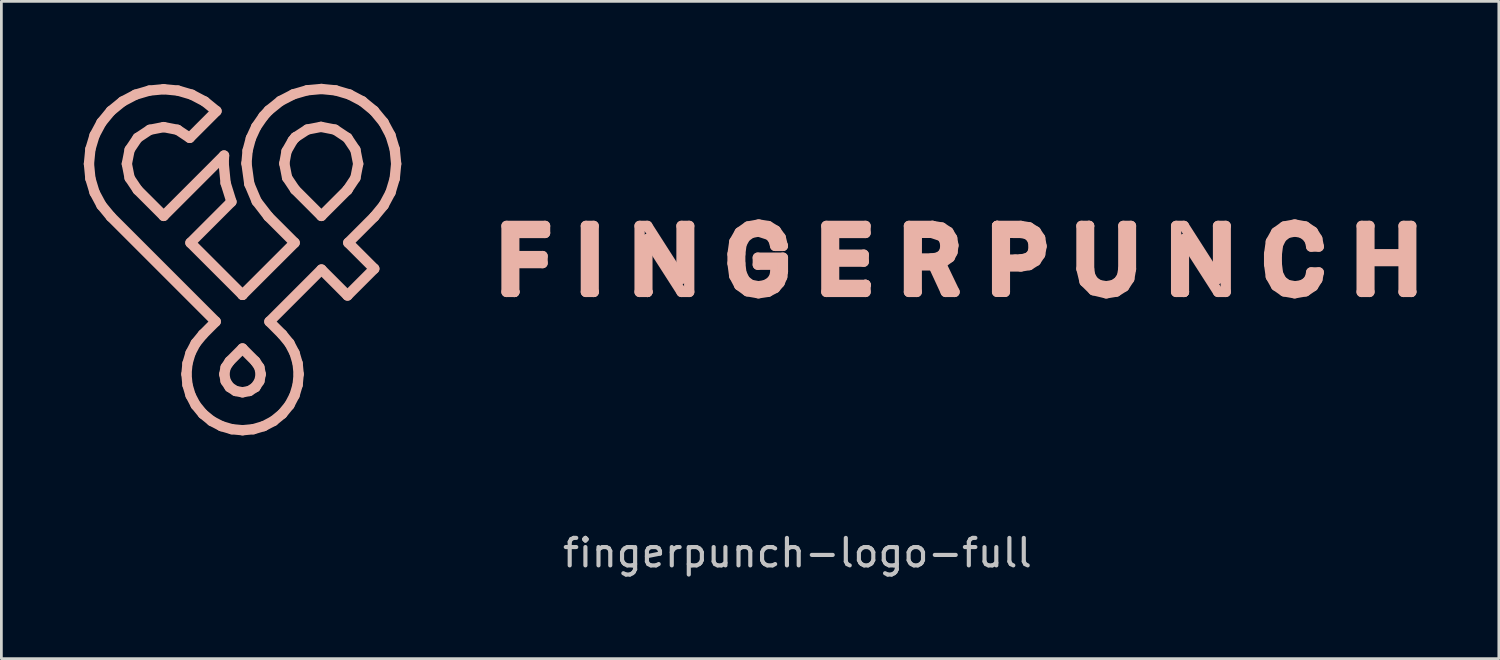
<source format=kicad_pcb>
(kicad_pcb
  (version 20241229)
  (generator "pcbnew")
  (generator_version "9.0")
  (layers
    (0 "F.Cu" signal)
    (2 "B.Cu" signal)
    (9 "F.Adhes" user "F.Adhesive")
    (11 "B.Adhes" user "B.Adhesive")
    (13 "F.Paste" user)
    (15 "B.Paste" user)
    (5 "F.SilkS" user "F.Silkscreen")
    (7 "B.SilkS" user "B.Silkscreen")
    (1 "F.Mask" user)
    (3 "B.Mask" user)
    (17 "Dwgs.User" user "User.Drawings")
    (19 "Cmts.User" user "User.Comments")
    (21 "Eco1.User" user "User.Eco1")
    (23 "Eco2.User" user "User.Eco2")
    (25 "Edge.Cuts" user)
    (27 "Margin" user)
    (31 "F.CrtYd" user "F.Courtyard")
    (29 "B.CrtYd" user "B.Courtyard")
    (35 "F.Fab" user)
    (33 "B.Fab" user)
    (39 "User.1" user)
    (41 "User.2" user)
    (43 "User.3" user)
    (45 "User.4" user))
  (footprint "fingerpunch-logo-full"
    (layer "F.Cu")
    (at 25.567 7.669)
    (property "Reference" "fingerpunch-logo-full" (at 0.4 9.4 0) (unlocked yes) (layer "Dwgs.User") (effects (font (size 1 1) (thickness 0.15))))
    (fp_line (start -25.38 -4.756) (end -25.328 -4.221) (stroke (width 0.375) (type solid)) (layer "B.SilkS"))
    (fp_line (start -25.328 -5.29) (end -25.38 -4.756) (stroke (width 0.375) (type solid)) (layer "B.SilkS"))
    (fp_line (start -25.328 -4.221) (end -25.175 -3.715) (stroke (width 0.375) (type solid)) (layer "B.SilkS"))
    (fp_line (start -25.175 -5.796) (end -25.328 -5.29) (stroke (width 0.375) (type solid)) (layer "B.SilkS"))
    (fp_line (start -25.175 -3.715) (end -24.925 -3.248) (stroke (width 0.375) (type solid)) (layer "B.SilkS"))
    (fp_line (start -24.925 -6.263) (end -25.175 -5.796) (stroke (width 0.375) (type solid)) (layer "B.SilkS"))
    (fp_line (start -24.925 -3.248) (end -24.584 -2.834) (stroke (width 0.375) (type solid)) (layer "B.SilkS"))
    (fp_line (start -24.584 -6.678) (end -24.925 -6.263) (stroke (width 0.375) (type solid)) (layer "B.SilkS"))
    (fp_line (start -24.584 -2.834) (end -20.767 0.983) (stroke (width 0.375) (type solid)) (layer "B.SilkS"))
    (fp_line (start -24.158 -7.025) (end -24.584 -6.678) (stroke (width 0.375) (type solid)) (layer "B.SilkS"))
    (fp_line (start -24.001 -4.756) (end -23.9 -5.269) (stroke (width 0.375) (type solid)) (layer "B.SilkS"))
    (fp_line (start -23.9 -5.269) (end -23.609 -5.702) (stroke (width 0.375) (type solid)) (layer "B.SilkS"))
    (fp_line (start -23.9 -4.243) (end -24.001 -4.756) (stroke (width 0.375) (type solid)) (layer "B.SilkS"))
    (fp_line (start -23.685 -7.274) (end -24.158 -7.025) (stroke (width 0.375) (type solid)) (layer "B.SilkS"))
    (fp_line (start -23.609 -5.702) (end -23.166 -5.996) (stroke (width 0.375) (type solid)) (layer "B.SilkS"))
    (fp_line (start -23.609 -3.809) (end -23.9 -4.243) (stroke (width 0.375) (type solid)) (layer "B.SilkS"))
    (fp_line (start -23.181 -7.423) (end -23.685 -7.274) (stroke (width 0.375) (type solid)) (layer "B.SilkS"))
    (fp_line (start -23.166 -5.996) (end -22.661 -6.094) (stroke (width 0.375) (type solid)) (layer "B.SilkS"))
    (fp_line (start -22.662 -2.862) (end -23.609 -3.809) (stroke (width 0.375) (type solid)) (layer "B.SilkS"))
    (fp_line (start -22.661 -7.472) (end -23.181 -7.423) (stroke (width 0.375) (type solid)) (layer "B.SilkS"))
    (fp_line (start -22.661 -6.094) (end -22.157 -5.996) (stroke (width 0.375) (type solid)) (layer "B.SilkS"))
    (fp_line (start -22.157 -5.996) (end -21.714 -5.702) (stroke (width 0.375) (type solid)) (layer "B.SilkS"))
    (fp_line (start -22.142 -7.423) (end -22.661 -7.472) (stroke (width 0.375) (type solid)) (layer "B.SilkS"))
    (fp_line (start -21.832 2.896) (end -21.795 3.287) (stroke (width 0.375) (type solid)) (layer "B.SilkS"))
    (fp_line (start -21.795 2.506) (end -21.832 2.896) (stroke (width 0.375) (type solid)) (layer "B.SilkS"))
    (fp_line (start -21.795 3.287) (end -21.683 3.665) (stroke (width 0.375) (type solid)) (layer "B.SilkS"))
    (fp_line (start -21.714 -5.702) (end -20.739 -6.678) (stroke (width 0.375) (type solid)) (layer "B.SilkS"))
    (fp_line (start -21.687 -1.885) (end -20.195 -3.377) (stroke (width 0.375) (type solid)) (layer "B.SilkS"))
    (fp_line (start -21.683 2.127) (end -21.795 2.506) (stroke (width 0.375) (type solid)) (layer "B.SilkS"))
    (fp_line (start -21.683 3.665) (end -21.497 4.02) (stroke (width 0.375) (type solid)) (layer "B.SilkS"))
    (fp_line (start -21.638 -7.274) (end -22.142 -7.423) (stroke (width 0.375) (type solid)) (layer "B.SilkS"))
    (fp_line (start -21.497 1.772) (end -21.683 2.127) (stroke (width 0.375) (type solid)) (layer "B.SilkS"))
    (fp_line (start -21.497 4.02) (end -21.235 4.34) (stroke (width 0.375) (type solid)) (layer "B.SilkS"))
    (fp_line (start -21.235 1.452) (end -21.497 1.772) (stroke (width 0.375) (type solid)) (layer "B.SilkS"))
    (fp_line (start -21.235 4.34) (end -20.915 4.602) (stroke (width 0.375) (type solid)) (layer "B.SilkS"))
    (fp_line (start -21.165 -7.025) (end -21.638 -7.274) (stroke (width 0.375) (type solid)) (layer "B.SilkS"))
    (fp_line (start -20.915 4.602) (end -20.56 4.788) (stroke (width 0.375) (type solid)) (layer "B.SilkS"))
    (fp_line (start -20.767 0.983) (end -21.235 1.452) (stroke (width 0.375) (type solid)) (layer "B.SilkS"))
    (fp_line (start -20.739 -6.678) (end -21.165 -7.025) (stroke (width 0.375) (type solid)) (layer "B.SilkS"))
    (fp_line (start -20.56 4.788) (end -20.181 4.9) (stroke (width 0.375) (type solid)) (layer "B.SilkS"))
    (fp_line (start -20.478 -4.777) (end -20.464 -5.06) (stroke (width 0.375) (type solid)) (layer "B.SilkS"))
    (fp_line (start -20.464 -5.06) (end -22.662 -2.862) (stroke (width 0.375) (type solid)) (layer "B.SilkS"))
    (fp_line (start -20.455 2.899) (end -20.407 2.649) (stroke (width 0.375) (type solid)) (layer "B.SilkS"))
    (fp_line (start -20.407 2.649) (end -20.262 2.43) (stroke (width 0.375) (type solid)) (layer "B.SilkS"))
    (fp_line (start -20.407 3.149) (end -20.455 2.899) (stroke (width 0.375) (type solid)) (layer "B.SilkS"))
    (fp_line (start -20.407 -4.057) (end -20.478 -4.777) (stroke (width 0.375) (type solid)) (layer "B.SilkS"))
    (fp_line (start -20.262 2.43) (end -19.793 1.961) (stroke (width 0.375) (type solid)) (layer "B.SilkS"))
    (fp_line (start -20.262 3.368) (end -20.407 3.149) (stroke (width 0.375) (type solid)) (layer "B.SilkS"))
    (fp_line (start -20.195 -3.377) (end -20.407 -4.057) (stroke (width 0.375) (type solid)) (layer "B.SilkS"))
    (fp_line (start -20.181 4.9) (end -19.79 4.937) (stroke (width 0.375) (type solid)) (layer "B.SilkS"))
    (fp_line (start -20.045 3.509) (end -20.262 3.368) (stroke (width 0.375) (type solid)) (layer "B.SilkS"))
    (fp_line (start -19.793 1.961) (end -19.325 2.43) (stroke (width 0.375) (type solid)) (layer "B.SilkS"))
    (fp_line (start -19.793 3.557) (end -20.045 3.509) (stroke (width 0.375) (type solid)) (layer "B.SilkS"))
    (fp_line (start -19.792 0.01) (end -21.687 -1.885) (stroke (width 0.375) (type solid)) (layer "B.SilkS"))
    (fp_line (start -19.792 0.01) (end -19.792 0.01) (stroke (width 0.375) (type solid)) (layer "B.SilkS"))
    (fp_line (start -19.79 4.937) (end -19.4 4.9) (stroke (width 0.375) (type solid)) (layer "B.SilkS"))
    (fp_line (start -19.648 -4.774) (end -19.545 -4.025) (stroke (width 0.375) (type solid)) (layer "B.SilkS"))
    (fp_line (start -19.607 -5.241) (end -19.648 -4.774) (stroke (width 0.375) (type solid)) (layer "B.SilkS"))
    (fp_line (start -19.545 -4.025) (end -19.277 -3.393) (stroke (width 0.375) (type solid)) (layer "B.SilkS"))
    (fp_line (start -19.541 3.509) (end -19.793 3.557) (stroke (width 0.375) (type solid)) (layer "B.SilkS"))
    (fp_line (start -19.488 -5.688) (end -19.607 -5.241) (stroke (width 0.375) (type solid)) (layer "B.SilkS"))
    (fp_line (start -19.4 4.9) (end -19.021 4.788) (stroke (width 0.375) (type solid)) (layer "B.SilkS"))
    (fp_line (start -19.325 2.43) (end -19.178 2.649) (stroke (width 0.375) (type solid)) (layer "B.SilkS"))
    (fp_line (start -19.323 3.368) (end -19.541 3.509) (stroke (width 0.375) (type solid)) (layer "B.SilkS"))
    (fp_line (start -19.323 3.368) (end -19.323 3.368) (stroke (width 0.375) (type solid)) (layer "B.SilkS"))
    (fp_line (start -19.295 -6.106) (end -19.488 -5.688) (stroke (width 0.375) (type solid)) (layer "B.SilkS"))
    (fp_line (start -19.277 -3.393) (end -18.852 -2.842) (stroke (width 0.375) (type solid)) (layer "B.SilkS"))
    (fp_line (start -19.178 2.649) (end -19.129 2.898) (stroke (width 0.375) (type solid)) (layer "B.SilkS"))
    (fp_line (start -19.177 3.148) (end -19.323 3.368) (stroke (width 0.375) (type solid)) (layer "B.SilkS"))
    (fp_line (start -19.129 2.898) (end -19.177 3.148) (stroke (width 0.375) (type solid)) (layer "B.SilkS"))
    (fp_line (start -19.031 -6.488) (end -19.295 -6.106) (stroke (width 0.375) (type solid)) (layer "B.SilkS"))
    (fp_line (start -19.021 4.788) (end -18.666 4.602) (stroke (width 0.375) (type solid)) (layer "B.SilkS"))
    (fp_line (start -18.852 -2.842) (end -17.895 -1.885) (stroke (width 0.375) (type solid)) (layer "B.SilkS"))
    (fp_line (start -18.839 -6.7) (end -19.031 -6.488) (stroke (width 0.375) (type solid)) (layer "B.SilkS"))
    (fp_line (start -18.814 0.983) (end -16.919 -0.912) (stroke (width 0.375) (type solid)) (layer "B.SilkS"))
    (fp_line (start -18.666 4.602) (end -18.346 4.34) (stroke (width 0.375) (type solid)) (layer "B.SilkS"))
    (fp_line (start -18.414 -7.043) (end -18.839 -6.7) (stroke (width 0.375) (type solid)) (layer "B.SilkS"))
    (fp_line (start -18.346 1.452) (end -18.814 0.983) (stroke (width 0.375) (type solid)) (layer "B.SilkS"))
    (fp_line (start -18.346 4.34) (end -18.084 4.02) (stroke (width 0.375) (type solid)) (layer "B.SilkS"))
    (fp_line (start -18.271 -4.77) (end -18.19 -5.216) (stroke (width 0.375) (type solid)) (layer "B.SilkS"))
    (fp_line (start -18.19 -5.216) (end -17.966 -5.607) (stroke (width 0.375) (type solid)) (layer "B.SilkS"))
    (fp_line (start -18.17 -4.254) (end -18.271 -4.77) (stroke (width 0.375) (type solid)) (layer "B.SilkS"))
    (fp_line (start -18.084 1.772) (end -18.346 1.452) (stroke (width 0.375) (type solid)) (layer "B.SilkS"))
    (fp_line (start -18.084 4.02) (end -17.898 3.665) (stroke (width 0.375) (type solid)) (layer "B.SilkS"))
    (fp_line (start -17.966 -5.607) (end -17.873 -5.718) (stroke (width 0.375) (type solid)) (layer "B.SilkS"))
    (fp_line (start -17.942 -7.287) (end -18.414 -7.043) (stroke (width 0.375) (type solid)) (layer "B.SilkS"))
    (fp_line (start -17.898 2.127) (end -18.084 1.772) (stroke (width 0.375) (type solid)) (layer "B.SilkS"))
    (fp_line (start -17.898 3.665) (end -17.786 3.287) (stroke (width 0.375) (type solid)) (layer "B.SilkS"))
    (fp_line (start -17.895 -1.885) (end -19.792 0.01) (stroke (width 0.375) (type solid)) (layer "B.SilkS"))
    (fp_line (start -17.878 -3.817) (end -18.17 -4.254) (stroke (width 0.375) (type solid)) (layer "B.SilkS"))
    (fp_line (start -17.873 -5.718) (end -17.87 -5.721) (stroke (width 0.375) (type solid)) (layer "B.SilkS"))
    (fp_line (start -17.87 -5.721) (end -17.433 -6.006) (stroke (width 0.375) (type solid)) (layer "B.SilkS"))
    (fp_line (start -17.786 2.506) (end -17.898 2.127) (stroke (width 0.375) (type solid)) (layer "B.SilkS"))
    (fp_line (start -17.786 3.287) (end -17.749 2.896) (stroke (width 0.375) (type solid)) (layer "B.SilkS"))
    (fp_line (start -17.749 2.896) (end -17.786 2.506) (stroke (width 0.375) (type solid)) (layer "B.SilkS"))
    (fp_line (start -17.439 -7.434) (end -17.942 -7.287) (stroke (width 0.375) (type solid)) (layer "B.SilkS"))
    (fp_line (start -17.433 -6.006) (end -16.936 -6.102) (stroke (width 0.375) (type solid)) (layer "B.SilkS"))
    (fp_line (start -16.936 -6.102) (end -16.426 -6.002) (stroke (width 0.375) (type solid)) (layer "B.SilkS"))
    (fp_line (start -16.922 -2.861) (end -17.878 -3.817) (stroke (width 0.375) (type solid)) (layer "B.SilkS"))
    (fp_line (start -16.92 -7.481) (end -17.439 -7.434) (stroke (width 0.375) (type solid)) (layer "B.SilkS"))
    (fp_line (start -16.919 -0.912) (end -15.972 0.035) (stroke (width 0.375) (type solid)) (layer "B.SilkS"))
    (fp_line (start -16.426 -6.002) (end -15.975 -5.702) (stroke (width 0.375) (type solid)) (layer "B.SilkS"))
    (fp_line (start -16.403 -7.43) (end -16.92 -7.481) (stroke (width 0.375) (type solid)) (layer "B.SilkS"))
    (fp_line (start -15.975 -5.702) (end -15.684 -5.268) (stroke (width 0.375) (type solid)) (layer "B.SilkS"))
    (fp_line (start -15.975 -3.807) (end -16.922 -2.861) (stroke (width 0.375) (type solid)) (layer "B.SilkS"))
    (fp_line (start -15.975 -3.807) (end -15.975 -3.807) (stroke (width 0.375) (type solid)) (layer "B.SilkS"))
    (fp_line (start -15.972 0.035) (end -14.997 -0.94) (stroke (width 0.375) (type solid)) (layer "B.SilkS"))
    (fp_line (start -15.944 -1.887) (end -14.997 -2.834) (stroke (width 0.375) (type solid)) (layer "B.SilkS"))
    (fp_line (start -15.901 -7.281) (end -16.403 -7.43) (stroke (width 0.375) (type solid)) (layer "B.SilkS"))
    (fp_line (start -15.684 -4.243) (end -15.975 -3.807) (stroke (width 0.375) (type solid)) (layer "B.SilkS"))
    (fp_line (start -15.684 -5.268) (end -15.583 -4.756) (stroke (width 0.375) (type solid)) (layer "B.SilkS"))
    (fp_line (start -15.583 -4.756) (end -15.684 -4.243) (stroke (width 0.375) (type solid)) (layer "B.SilkS"))
    (fp_line (start -15.43 -7.033) (end -15.901 -7.281) (stroke (width 0.375) (type solid)) (layer "B.SilkS"))
    (fp_line (start -15.007 -6.687) (end -15.43 -7.033) (stroke (width 0.375) (type solid)) (layer "B.SilkS"))
    (fp_line (start -14.997 -2.834) (end -14.656 -3.249) (stroke (width 0.375) (type solid)) (layer "B.SilkS"))
    (fp_line (start -14.997 -0.94) (end -15.944 -1.887) (stroke (width 0.375) (type solid)) (layer "B.SilkS"))
    (fp_line (start -14.66 -6.267) (end -15.007 -6.687) (stroke (width 0.375) (type solid)) (layer "B.SilkS"))
    (fp_line (start -14.656 -3.249) (end -14.406 -3.715) (stroke (width 0.375) (type solid)) (layer "B.SilkS"))
    (fp_line (start -14.408 -5.798) (end -14.66 -6.267) (stroke (width 0.375) (type solid)) (layer "B.SilkS"))
    (fp_line (start -14.406 -3.715) (end -14.253 -4.222) (stroke (width 0.375) (type solid)) (layer "B.SilkS"))
    (fp_line (start -14.253 -5.29) (end -14.408 -5.798) (stroke (width 0.375) (type solid)) (layer "B.SilkS"))
    (fp_line (start -14.253 -4.222) (end -14.201 -4.756) (stroke (width 0.375) (type solid)) (layer "B.SilkS"))
    (fp_line (start -14.201 -4.756) (end -14.253 -5.29) (stroke (width 0.375) (type solid)) (layer "B.SilkS"))
    (fp_line (start -10.185 -2.498) (end -8.782 -2.498) (stroke (width 0.375) (type solid)) (layer "B.SilkS"))
    (fp_line (start -10.185 -0.096) (end -10.185 -2.498) (stroke (width 0.375) (type solid)) (layer "B.SilkS"))
    (fp_line (start -9.903 -2.242) (end -9.903 -1.401) (stroke (width 0.375) (type solid)) (layer "B.SilkS"))
    (fp_line (start -9.903 -1.401) (end -8.873 -1.401) (stroke (width 0.375) (type solid)) (layer "B.SilkS"))
    (fp_line (start -9.903 -1.145) (end -9.903 -0.096) (stroke (width 0.375) (type solid)) (layer "B.SilkS"))
    (fp_line (start -9.903 -0.096) (end -9.901 -0.096) (stroke (width 0.375) (type solid)) (layer "B.SilkS"))
    (fp_line (start -9.901 -0.096) (end -10.185 -0.096) (stroke (width 0.375) (type solid)) (layer "B.SilkS"))
    (fp_line (start -9.901 -0.096) (end -9.901 -0.096) (stroke (width 0.375) (type solid)) (layer "B.SilkS"))
    (fp_line (start -8.873 -1.401) (end -8.873 -1.145) (stroke (width 0.375) (type solid)) (layer "B.SilkS"))
    (fp_line (start -8.873 -1.145) (end -9.903 -1.145) (stroke (width 0.375) (type solid)) (layer "B.SilkS"))
    (fp_line (start -8.782 -2.498) (end -8.782 -2.242) (stroke (width 0.375) (type solid)) (layer "B.SilkS"))
    (fp_line (start -8.782 -2.242) (end -9.903 -2.242) (stroke (width 0.375) (type solid)) (layer "B.SilkS"))
    (fp_line (start -7.297 -2.498) (end -7.013 -2.498) (stroke (width 0.375) (type solid)) (layer "B.SilkS"))
    (fp_line (start -7.297 -0.096) (end -7.297 -2.498) (stroke (width 0.375) (type solid)) (layer "B.SilkS"))
    (fp_line (start -7.013 -2.498) (end -7.013 -0.096) (stroke (width 0.375) (type solid)) (layer "B.SilkS"))
    (fp_line (start -7.013 -0.096) (end -7.297 -0.096) (stroke (width 0.375) (type solid)) (layer "B.SilkS"))
    (fp_line (start -7.013 -0.096) (end -7.013 -0.096) (stroke (width 0.375) (type solid)) (layer "B.SilkS"))
    (fp_line (start -5.342 -2.498) (end -5.059 -2.498) (stroke (width 0.375) (type solid)) (layer "B.SilkS"))
    (fp_line (start -5.342 -0.096) (end -5.342 -2.498) (stroke (width 0.375) (type solid)) (layer "B.SilkS"))
    (fp_line (start -5.059 -2.498) (end -3.829 -0.577) (stroke (width 0.375) (type solid)) (layer "B.SilkS"))
    (fp_line (start -5.059 -2.017) (end -5.059 -0.096) (stroke (width 0.375) (type solid)) (layer "B.SilkS"))
    (fp_line (start -5.059 -0.096) (end -5.342 -0.096) (stroke (width 0.375) (type solid)) (layer "B.SilkS"))
    (fp_line (start -5.059 -0.096) (end -5.059 -0.096) (stroke (width 0.375) (type solid)) (layer "B.SilkS"))
    (fp_line (start -5.059 -0.096) (end -5.059 -0.096) (stroke (width 0.375) (type solid)) (layer "B.SilkS"))
    (fp_line (start -5.049 -2.017) (end -5.059 -2.017) (stroke (width 0.375) (type solid)) (layer "B.SilkS"))
    (fp_line (start -3.829 -0.577) (end -3.817 -0.577) (stroke (width 0.375) (type solid)) (layer "B.SilkS"))
    (fp_line (start -3.817 -2.498) (end -3.537 -2.498) (stroke (width 0.375) (type solid)) (layer "B.SilkS"))
    (fp_line (start -3.817 -0.577) (end -3.817 -2.498) (stroke (width 0.375) (type solid)) (layer "B.SilkS"))
    (fp_line (start -3.817 -0.096) (end -5.049 -2.017) (stroke (width 0.375) (type solid)) (layer "B.SilkS"))
    (fp_line (start -3.537 -2.498) (end -3.537 -0.096) (stroke (width 0.375) (type solid)) (layer "B.SilkS"))
    (fp_line (start -3.537 -0.096) (end -3.817 -0.096) (stroke (width 0.375) (type solid)) (layer "B.SilkS"))
    (fp_line (start -1.96 -1.472) (end -1.895 -1.925) (stroke (width 0.375) (type solid)) (layer "B.SilkS"))
    (fp_line (start -1.96 -1.136) (end -1.96 -1.472) (stroke (width 0.375) (type solid)) (layer "B.SilkS"))
    (fp_line (start -1.899 -0.679) (end -1.96 -1.136) (stroke (width 0.375) (type solid)) (layer "B.SilkS"))
    (fp_line (start -1.895 -1.925) (end -1.701 -2.265) (stroke (width 0.375) (type solid)) (layer "B.SilkS"))
    (fp_line (start -1.718 -0.335) (end -1.899 -0.679) (stroke (width 0.375) (type solid)) (layer "B.SilkS"))
    (fp_line (start -1.701 -2.265) (end -1.399 -2.478) (stroke (width 0.375) (type solid)) (layer "B.SilkS"))
    (fp_line (start -1.68 -1.136) (end -1.638 -0.785) (stroke (width 0.375) (type solid)) (layer "B.SilkS"))
    (fp_line (start -1.68 -1.472) (end -1.68 -1.136) (stroke (width 0.375) (type solid)) (layer "B.SilkS"))
    (fp_line (start -1.638 -0.785) (end -1.511 -0.521) (stroke (width 0.375) (type solid)) (layer "B.SilkS"))
    (fp_line (start -1.634 -1.834) (end -1.68 -1.472) (stroke (width 0.375) (type solid)) (layer "B.SilkS"))
    (fp_line (start -1.511 -0.521) (end -1.304 -0.357) (stroke (width 0.375) (type solid)) (layer "B.SilkS"))
    (fp_line (start -1.494 -2.09) (end -1.634 -1.834) (stroke (width 0.375) (type solid)) (layer "B.SilkS"))
    (fp_line (start -1.423 -0.119) (end -1.718 -0.335) (stroke (width 0.375) (type solid)) (layer "B.SilkS"))
    (fp_line (start -1.399 -2.478) (end -1.009 -2.549) (stroke (width 0.375) (type solid)) (layer "B.SilkS"))
    (fp_line (start -1.304 -0.357) (end -1.021 -0.302) (stroke (width 0.375) (type solid)) (layer "B.SilkS"))
    (fp_line (start -1.28 -2.242) (end -1.494 -2.09) (stroke (width 0.375) (type solid)) (layer "B.SilkS"))
    (fp_line (start -1.041 -1.342) (end -0.127 -1.342) (stroke (width 0.375) (type solid)) (layer "B.SilkS"))
    (fp_line (start -1.041 -1.087) (end -1.041 -1.342) (stroke (width 0.375) (type solid)) (layer "B.SilkS"))
    (fp_line (start -1.021 -0.302) (end -0.776 -0.34) (stroke (width 0.375) (type solid)) (layer "B.SilkS"))
    (fp_line (start -1.017 -0.047) (end -1.423 -0.119) (stroke (width 0.375) (type solid)) (layer "B.SilkS"))
    (fp_line (start -1.014 -2.293) (end -1.28 -2.242) (stroke (width 0.375) (type solid)) (layer "B.SilkS"))
    (fp_line (start -1.009 -2.549) (end -0.657 -2.493) (stroke (width 0.375) (type solid)) (layer "B.SilkS"))
    (fp_line (start -0.776 -0.34) (end -0.575 -0.453) (stroke (width 0.375) (type solid)) (layer "B.SilkS"))
    (fp_line (start -0.666 -0.1) (end -1.017 -0.047) (stroke (width 0.375) (type solid)) (layer "B.SilkS"))
    (fp_line (start -0.657 -2.493) (end -0.386 -2.327) (stroke (width 0.375) (type solid)) (layer "B.SilkS"))
    (fp_line (start -0.611 -2.163) (end -1.014 -2.293) (stroke (width 0.375) (type solid)) (layer "B.SilkS"))
    (fp_line (start -0.575 -0.453) (end -0.442 -0.626) (stroke (width 0.375) (type solid)) (layer "B.SilkS"))
    (fp_line (start -0.475 -2.001) (end -0.611 -2.163) (stroke (width 0.375) (type solid)) (layer "B.SilkS"))
    (fp_line (start -0.442 -0.626) (end -0.398 -0.844) (stroke (width 0.375) (type solid)) (layer "B.SilkS"))
    (fp_line (start -0.41 -0.237) (end -0.666 -0.1) (stroke (width 0.375) (type solid)) (layer "B.SilkS"))
    (fp_line (start -0.409 -1.771) (end -0.475 -2.001) (stroke (width 0.375) (type solid)) (layer "B.SilkS"))
    (fp_line (start -0.398 -0.844) (end -0.398 -1.087) (stroke (width 0.375) (type solid)) (layer "B.SilkS"))
    (fp_line (start -0.398 -1.087) (end -1.041 -1.087) (stroke (width 0.375) (type solid)) (layer "B.SilkS"))
    (fp_line (start -0.386 -2.327) (end -0.207 -2.077) (stroke (width 0.375) (type solid)) (layer "B.SilkS"))
    (fp_line (start -0.245 -0.431) (end -0.41 -0.237) (stroke (width 0.375) (type solid)) (layer "B.SilkS"))
    (fp_line (start -0.207 -2.077) (end -0.132 -1.771) (stroke (width 0.375) (type solid)) (layer "B.SilkS"))
    (fp_line (start -0.153 -0.644) (end -0.245 -0.431) (stroke (width 0.375) (type solid)) (layer "B.SilkS"))
    (fp_line (start -0.132 -1.771) (end -0.409 -1.771) (stroke (width 0.375) (type solid)) (layer "B.SilkS"))
    (fp_line (start -0.132 -1.771) (end -0.132 -1.771) (stroke (width 0.375) (type solid)) (layer "B.SilkS"))
    (fp_line (start -0.127 -1.342) (end -0.127 -0.844) (stroke (width 0.375) (type solid)) (layer "B.SilkS"))
    (fp_line (start -0.127 -0.844) (end -0.153 -0.644) (stroke (width 0.375) (type solid)) (layer "B.SilkS"))
    (fp_line (start 1.454 -2.498) (end 2.88 -2.498) (stroke (width 0.375) (type solid)) (layer "B.SilkS"))
    (fp_line (start 1.454 -0.096) (end 1.454 -2.498) (stroke (width 0.375) (type solid)) (layer "B.SilkS"))
    (fp_line (start 1.736 -2.242) (end 1.736 -1.452) (stroke (width 0.375) (type solid)) (layer "B.SilkS"))
    (fp_line (start 1.736 -1.452) (end 2.815 -1.452) (stroke (width 0.375) (type solid)) (layer "B.SilkS"))
    (fp_line (start 1.736 -1.197) (end 1.736 -0.352) (stroke (width 0.375) (type solid)) (layer "B.SilkS"))
    (fp_line (start 1.736 -0.352) (end 2.88 -0.352) (stroke (width 0.375) (type solid)) (layer "B.SilkS"))
    (fp_line (start 2.815 -1.452) (end 2.815 -1.197) (stroke (width 0.375) (type solid)) (layer "B.SilkS"))
    (fp_line (start 2.815 -1.197) (end 1.736 -1.197) (stroke (width 0.375) (type solid)) (layer "B.SilkS"))
    (fp_line (start 2.88 -2.498) (end 2.88 -2.242) (stroke (width 0.375) (type solid)) (layer "B.SilkS"))
    (fp_line (start 2.88 -2.242) (end 1.736 -2.242) (stroke (width 0.375) (type solid)) (layer "B.SilkS"))
    (fp_line (start 2.88 -0.352) (end 2.88 -0.352) (stroke (width 0.375) (type solid)) (layer "B.SilkS"))
    (fp_line (start 2.88 -0.352) (end 2.88 -0.352) (stroke (width 0.375) (type solid)) (layer "B.SilkS"))
    (fp_line (start 2.88 -0.352) (end 2.88 -0.096) (stroke (width 0.375) (type solid)) (layer "B.SilkS"))
    (fp_line (start 2.88 -0.096) (end 1.454 -0.096) (stroke (width 0.375) (type solid)) (layer "B.SilkS"))
    (fp_line (start 4.459 -2.498) (end 5.316 -2.498) (stroke (width 0.375) (type solid)) (layer "B.SilkS"))
    (fp_line (start 4.459 -0.096) (end 4.459 -2.498) (stroke (width 0.375) (type solid)) (layer "B.SilkS"))
    (fp_line (start 4.743 -1.061) (end 4.743 -0.096) (stroke (width 0.375) (type solid)) (layer "B.SilkS"))
    (fp_line (start 4.743 -0.096) (end 4.459 -0.096) (stroke (width 0.375) (type solid)) (layer "B.SilkS"))
    (fp_line (start 4.744 -1.313) (end 4.744 -1.313) (stroke (width 0.375) (type solid)) (layer "B.SilkS"))
    (fp_line (start 4.744 -1.313) (end 4.744 -1.313) (stroke (width 0.375) (type solid)) (layer "B.SilkS"))
    (fp_line (start 4.744 -1.313) (end 5.269 -1.313) (stroke (width 0.375) (type solid)) (layer "B.SilkS"))
    (fp_line (start 4.746 -2.245) (end 4.744 -1.313) (stroke (width 0.375) (type solid)) (layer "B.SilkS"))
    (fp_line (start 5.269 -1.313) (end 5.494 -1.342) (stroke (width 0.375) (type solid)) (layer "B.SilkS"))
    (fp_line (start 5.284 -2.245) (end 4.746 -2.245) (stroke (width 0.375) (type solid)) (layer "B.SilkS"))
    (fp_line (start 5.316 -2.498) (end 5.316 -2.498) (stroke (width 0.375) (type solid)) (layer "B.SilkS"))
    (fp_line (start 5.316 -2.498) (end 5.657 -2.439) (stroke (width 0.375) (type solid)) (layer "B.SilkS"))
    (fp_line (start 5.35 -1.061) (end 4.743 -1.061) (stroke (width 0.375) (type solid)) (layer "B.SilkS"))
    (fp_line (start 5.494 -1.342) (end 5.656 -1.431) (stroke (width 0.375) (type solid)) (layer "B.SilkS"))
    (fp_line (start 5.628 -1.119) (end 6.119 -0.096) (stroke (width 0.375) (type solid)) (layer "B.SilkS"))
    (fp_line (start 5.653 -2.122) (end 5.284 -2.245) (stroke (width 0.375) (type solid)) (layer "B.SilkS"))
    (fp_line (start 5.656 -1.431) (end 5.755 -1.574) (stroke (width 0.375) (type solid)) (layer "B.SilkS"))
    (fp_line (start 5.657 -2.439) (end 5.897 -2.28) (stroke (width 0.375) (type solid)) (layer "B.SilkS"))
    (fp_line (start 5.754 -1.972) (end 5.653 -2.122) (stroke (width 0.375) (type solid)) (layer "B.SilkS"))
    (fp_line (start 5.755 -1.574) (end 5.787 -1.767) (stroke (width 0.375) (type solid)) (layer "B.SilkS"))
    (fp_line (start 5.787 -1.767) (end 5.754 -1.972) (stroke (width 0.375) (type solid)) (layer "B.SilkS"))
    (fp_line (start 5.796 -0.096) (end 5.35 -1.061) (stroke (width 0.375) (type solid)) (layer "B.SilkS"))
    (fp_line (start 5.897 -2.28) (end 6.031 -2.056) (stroke (width 0.375) (type solid)) (layer "B.SilkS"))
    (fp_line (start 5.947 -1.353) (end 5.628 -1.119) (stroke (width 0.375) (type solid)) (layer "B.SilkS"))
    (fp_line (start 6.031 -2.056) (end 6.077 -1.788) (stroke (width 0.375) (type solid)) (layer "B.SilkS"))
    (fp_line (start 6.044 -1.544) (end 5.947 -1.353) (stroke (width 0.375) (type solid)) (layer "B.SilkS"))
    (fp_line (start 6.077 -1.788) (end 6.044 -1.544) (stroke (width 0.375) (type solid)) (layer "B.SilkS"))
    (fp_line (start 6.119 -0.096) (end 5.796 -0.096) (stroke (width 0.375) (type solid)) (layer "B.SilkS"))
    (fp_line (start 7.667 -2.498) (end 7.667 -2.498) (stroke (width 0.375) (type solid)) (layer "B.SilkS"))
    (fp_line (start 7.667 -2.498) (end 7.667 -2.498) (stroke (width 0.375) (type solid)) (layer "B.SilkS"))
    (fp_line (start 7.667 -2.498) (end 8.529 -2.498) (stroke (width 0.375) (type solid)) (layer "B.SilkS"))
    (fp_line (start 7.667 -0.098) (end 7.667 -2.498) (stroke (width 0.375) (type solid)) (layer "B.SilkS"))
    (fp_line (start 7.951 -2.245) (end 7.951 -2.245) (stroke (width 0.375) (type solid)) (layer "B.SilkS"))
    (fp_line (start 7.951 -2.245) (end 7.951 -2.245) (stroke (width 0.375) (type solid)) (layer "B.SilkS"))
    (fp_line (start 7.951 -2.245) (end 7.951 -1.272) (stroke (width 0.375) (type solid)) (layer "B.SilkS"))
    (fp_line (start 7.951 -1.272) (end 8.327 -1.272) (stroke (width 0.375) (type solid)) (layer "B.SilkS"))
    (fp_line (start 7.951 -1.022) (end 7.951 -0.098) (stroke (width 0.375) (type solid)) (layer "B.SilkS"))
    (fp_line (start 7.951 -0.098) (end 7.667 -0.098) (stroke (width 0.375) (type solid)) (layer "B.SilkS"))
    (fp_line (start 8.327 -1.272) (end 8.525 -1.28) (stroke (width 0.375) (type solid)) (layer "B.SilkS"))
    (fp_line (start 8.521 -2.244) (end 7.951 -2.245) (stroke (width 0.375) (type solid)) (layer "B.SilkS"))
    (fp_line (start 8.525 -1.28) (end 8.69 -1.307) (stroke (width 0.375) (type solid)) (layer "B.SilkS"))
    (fp_line (start 8.529 -2.498) (end 8.836 -2.447) (stroke (width 0.375) (type solid)) (layer "B.SilkS"))
    (fp_line (start 8.529 -1.022) (end 7.951 -1.022) (stroke (width 0.375) (type solid)) (layer "B.SilkS"))
    (fp_line (start 8.69 -1.307) (end 8.823 -1.36) (stroke (width 0.375) (type solid)) (layer "B.SilkS"))
    (fp_line (start 8.723 -2.211) (end 8.521 -2.244) (stroke (width 0.375) (type solid)) (layer "B.SilkS"))
    (fp_line (start 8.823 -1.36) (end 8.919 -1.449) (stroke (width 0.375) (type solid)) (layer "B.SilkS"))
    (fp_line (start 8.836 -1.072) (end 8.529 -1.022) (stroke (width 0.375) (type solid)) (layer "B.SilkS"))
    (fp_line (start 8.836 -2.447) (end 9.077 -2.295) (stroke (width 0.375) (type solid)) (layer "B.SilkS"))
    (fp_line (start 8.873 -2.115) (end 8.723 -2.211) (stroke (width 0.375) (type solid)) (layer "B.SilkS"))
    (fp_line (start 8.919 -1.449) (end 8.979 -1.579) (stroke (width 0.375) (type solid)) (layer "B.SilkS"))
    (fp_line (start 8.967 -1.962) (end 8.873 -2.115) (stroke (width 0.375) (type solid)) (layer "B.SilkS"))
    (fp_line (start 8.979 -1.579) (end 8.998 -1.756) (stroke (width 0.375) (type solid)) (layer "B.SilkS"))
    (fp_line (start 8.998 -1.756) (end 8.967 -1.962) (stroke (width 0.375) (type solid)) (layer "B.SilkS"))
    (fp_line (start 9.077 -2.295) (end 9.233 -2.059) (stroke (width 0.375) (type solid)) (layer "B.SilkS"))
    (fp_line (start 9.077 -1.224) (end 8.836 -1.072) (stroke (width 0.375) (type solid)) (layer "B.SilkS"))
    (fp_line (start 9.233 -2.059) (end 9.285 -1.758) (stroke (width 0.375) (type solid)) (layer "B.SilkS"))
    (fp_line (start 9.233 -1.458) (end 9.077 -1.224) (stroke (width 0.375) (type solid)) (layer "B.SilkS"))
    (fp_line (start 9.285 -1.758) (end 9.233 -1.458) (stroke (width 0.375) (type solid)) (layer "B.SilkS"))
    (fp_line (start 10.737 -2.498) (end 11.015 -2.498) (stroke (width 0.375) (type solid)) (layer "B.SilkS"))
    (fp_line (start 10.737 -0.937) (end 10.737 -2.498) (stroke (width 0.375) (type solid)) (layer "B.SilkS"))
    (fp_line (start 10.85 -0.471) (end 10.737 -0.937) (stroke (width 0.375) (type solid)) (layer "B.SilkS"))
    (fp_line (start 11.015 -2.498) (end 11.015 -2.498) (stroke (width 0.375) (type solid)) (layer "B.SilkS"))
    (fp_line (start 11.015 -2.498) (end 11.015 -0.93) (stroke (width 0.375) (type solid)) (layer "B.SilkS"))
    (fp_line (start 11.015 -0.93) (end 11.058 -0.673) (stroke (width 0.375) (type solid)) (layer "B.SilkS"))
    (fp_line (start 11.058 -0.673) (end 11.183 -0.473) (stroke (width 0.375) (type solid)) (layer "B.SilkS"))
    (fp_line (start 11.168 -0.157) (end 10.85 -0.471) (stroke (width 0.375) (type solid)) (layer "B.SilkS"))
    (fp_line (start 11.183 -0.473) (end 11.381 -0.345) (stroke (width 0.375) (type solid)) (layer "B.SilkS"))
    (fp_line (start 11.381 -0.345) (end 11.638 -0.302) (stroke (width 0.375) (type solid)) (layer "B.SilkS"))
    (fp_line (start 11.638 -0.302) (end 11.893 -0.345) (stroke (width 0.375) (type solid)) (layer "B.SilkS"))
    (fp_line (start 11.638 -0.045) (end 11.168 -0.157) (stroke (width 0.375) (type solid)) (layer "B.SilkS"))
    (fp_line (start 11.893 -0.345) (end 12.091 -0.473) (stroke (width 0.375) (type solid)) (layer "B.SilkS"))
    (fp_line (start 12.003 -0.106) (end 11.638 -0.045) (stroke (width 0.375) (type solid)) (layer "B.SilkS"))
    (fp_line (start 12.091 -0.473) (end 12.218 -0.673) (stroke (width 0.375) (type solid)) (layer "B.SilkS"))
    (fp_line (start 12.218 -0.673) (end 12.26 -0.93) (stroke (width 0.375) (type solid)) (layer "B.SilkS"))
    (fp_line (start 12.26 -0.93) (end 12.26 -2.498) (stroke (width 0.375) (type solid)) (layer "B.SilkS"))
    (fp_line (start 12.26 -2.498) (end 12.539 -2.498) (stroke (width 0.375) (type solid)) (layer "B.SilkS"))
    (fp_line (start 12.291 -0.289) (end 12.003 -0.106) (stroke (width 0.375) (type solid)) (layer "B.SilkS"))
    (fp_line (start 12.477 -0.572) (end 12.291 -0.289) (stroke (width 0.375) (type solid)) (layer "B.SilkS"))
    (fp_line (start 12.539 -2.498) (end 12.539 -0.93) (stroke (width 0.375) (type solid)) (layer "B.SilkS"))
    (fp_line (start 12.539 -0.93) (end 12.477 -0.572) (stroke (width 0.375) (type solid)) (layer "B.SilkS"))
    (fp_line (start 14.182 -2.498) (end 14.466 -2.498) (stroke (width 0.375) (type solid)) (layer "B.SilkS"))
    (fp_line (start 14.182 -0.096) (end 14.182 -2.498) (stroke (width 0.375) (type solid)) (layer "B.SilkS"))
    (fp_line (start 14.466 -2.498) (end 15.695 -0.577) (stroke (width 0.375) (type solid)) (layer "B.SilkS"))
    (fp_line (start 14.466 -2.017) (end 14.466 -0.096) (stroke (width 0.375) (type solid)) (layer "B.SilkS"))
    (fp_line (start 14.466 -0.096) (end 14.182 -0.096) (stroke (width 0.375) (type solid)) (layer "B.SilkS"))
    (fp_line (start 14.466 -0.096) (end 14.466 -0.096) (stroke (width 0.375) (type solid)) (layer "B.SilkS"))
    (fp_line (start 14.466 -0.096) (end 14.466 -0.096) (stroke (width 0.375) (type solid)) (layer "B.SilkS"))
    (fp_line (start 14.475 -2.017) (end 14.466 -2.017) (stroke (width 0.375) (type solid)) (layer "B.SilkS"))
    (fp_line (start 15.695 -0.577) (end 15.707 -0.577) (stroke (width 0.375) (type solid)) (layer "B.SilkS"))
    (fp_line (start 15.707 -2.498) (end 15.987 -2.498) (stroke (width 0.375) (type solid)) (layer "B.SilkS"))
    (fp_line (start 15.707 -0.577) (end 15.707 -2.498) (stroke (width 0.375) (type solid)) (layer "B.SilkS"))
    (fp_line (start 15.707 -0.096) (end 14.475 -2.017) (stroke (width 0.375) (type solid)) (layer "B.SilkS"))
    (fp_line (start 15.987 -2.498) (end 15.987 -0.096) (stroke (width 0.375) (type solid)) (layer "B.SilkS"))
    (fp_line (start 15.987 -0.096) (end 15.707 -0.096) (stroke (width 0.375) (type solid)) (layer "B.SilkS"))
    (fp_line (start 17.566 -1.472) (end 17.629 -1.925) (stroke (width 0.375) (type solid)) (layer "B.SilkS"))
    (fp_line (start 17.566 -1.108) (end 17.566 -1.472) (stroke (width 0.375) (type solid)) (layer "B.SilkS"))
    (fp_line (start 17.628 -0.654) (end 17.566 -1.108) (stroke (width 0.375) (type solid)) (layer "B.SilkS"))
    (fp_line (start 17.629 -1.925) (end 17.818 -2.265) (stroke (width 0.375) (type solid)) (layer "B.SilkS"))
    (fp_line (start 17.816 -0.32) (end 17.628 -0.654) (stroke (width 0.375) (type solid)) (layer "B.SilkS"))
    (fp_line (start 17.818 -2.265) (end 18.114 -2.478) (stroke (width 0.375) (type solid)) (layer "B.SilkS"))
    (fp_line (start 17.845 -1.465) (end 17.845 -1.465) (stroke (width 0.375) (type solid)) (layer "B.SilkS"))
    (fp_line (start 17.845 -1.465) (end 17.845 -1.112) (stroke (width 0.375) (type solid)) (layer "B.SilkS"))
    (fp_line (start 17.845 -1.112) (end 17.89 -0.757) (stroke (width 0.375) (type solid)) (layer "B.SilkS"))
    (fp_line (start 17.89 -0.757) (end 18.022 -0.503) (stroke (width 0.375) (type solid)) (layer "B.SilkS"))
    (fp_line (start 17.89 -1.819) (end 17.845 -1.465) (stroke (width 0.375) (type solid)) (layer "B.SilkS"))
    (fp_line (start 18.022 -0.503) (end 18.231 -0.351) (stroke (width 0.375) (type solid)) (layer "B.SilkS"))
    (fp_line (start 18.023 -2.08) (end 17.89 -1.819) (stroke (width 0.375) (type solid)) (layer "B.SilkS"))
    (fp_line (start 18.11 -0.115) (end 17.816 -0.32) (stroke (width 0.375) (type solid)) (layer "B.SilkS"))
    (fp_line (start 18.114 -2.478) (end 18.497 -2.549) (stroke (width 0.375) (type solid)) (layer "B.SilkS"))
    (fp_line (start 18.23 -2.24) (end 18.023 -2.08) (stroke (width 0.375) (type solid)) (layer "B.SilkS"))
    (fp_line (start 18.231 -0.351) (end 18.508 -0.301) (stroke (width 0.375) (type solid)) (layer "B.SilkS"))
    (fp_line (start 18.494 -0.047) (end 18.11 -0.115) (stroke (width 0.375) (type solid)) (layer "B.SilkS"))
    (fp_line (start 18.497 -2.293) (end 18.23 -2.24) (stroke (width 0.375) (type solid)) (layer "B.SilkS"))
    (fp_line (start 18.497 -2.549) (end 18.882 -2.478) (stroke (width 0.375) (type solid)) (layer "B.SilkS"))
    (fp_line (start 18.508 -0.301) (end 18.756 -0.338) (stroke (width 0.375) (type solid)) (layer "B.SilkS"))
    (fp_line (start 18.744 -2.251) (end 18.497 -2.293) (stroke (width 0.375) (type solid)) (layer "B.SilkS"))
    (fp_line (start 18.756 -0.338) (end 18.942 -0.447) (stroke (width 0.375) (type solid)) (layer "B.SilkS"))
    (fp_line (start 18.882 -2.478) (end 19.158 -2.29) (stroke (width 0.375) (type solid)) (layer "B.SilkS"))
    (fp_line (start 18.892 -0.117) (end 18.494 -0.047) (stroke (width 0.375) (type solid)) (layer "B.SilkS"))
    (fp_line (start 18.935 -2.127) (end 18.744 -2.251) (stroke (width 0.375) (type solid)) (layer "B.SilkS"))
    (fp_line (start 18.942 -0.447) (end 19.058 -0.61) (stroke (width 0.375) (type solid)) (layer "B.SilkS"))
    (fp_line (start 19.056 -1.949) (end 18.935 -2.127) (stroke (width 0.375) (type solid)) (layer "B.SilkS"))
    (fp_line (start 19.058 -0.61) (end 19.097 -0.806) (stroke (width 0.375) (type solid)) (layer "B.SilkS"))
    (fp_line (start 19.097 -1.746) (end 19.056 -1.949) (stroke (width 0.375) (type solid)) (layer "B.SilkS"))
    (fp_line (start 19.097 -0.806) (end 19.373 -0.806) (stroke (width 0.375) (type solid)) (layer "B.SilkS"))
    (fp_line (start 19.158 -2.29) (end 19.318 -2.032) (stroke (width 0.375) (type solid)) (layer "B.SilkS"))
    (fp_line (start 19.167 -0.304) (end 18.892 -0.117) (stroke (width 0.375) (type solid)) (layer "B.SilkS"))
    (fp_line (start 19.318 -2.032) (end 19.373 -1.746) (stroke (width 0.375) (type solid)) (layer "B.SilkS"))
    (fp_line (start 19.321 -0.549) (end 19.167 -0.304) (stroke (width 0.375) (type solid)) (layer "B.SilkS"))
    (fp_line (start 19.373 -1.746) (end 19.097 -1.746) (stroke (width 0.375) (type solid)) (layer "B.SilkS"))
    (fp_line (start 19.373 -0.806) (end 19.321 -0.549) (stroke (width 0.375) (type solid)) (layer "B.SilkS"))
    (fp_line (start 20.933 -2.498) (end 21.216 -2.498) (stroke (width 0.375) (type solid)) (layer "B.SilkS"))
    (fp_line (start 20.933 -0.096) (end 20.933 -2.498) (stroke (width 0.375) (type solid)) (layer "B.SilkS"))
    (fp_line (start 21.216 -2.498) (end 21.216 -1.468) (stroke (width 0.375) (type solid)) (layer "B.SilkS"))
    (fp_line (start 21.216 -1.468) (end 22.458 -1.468) (stroke (width 0.375) (type solid)) (layer "B.SilkS"))
    (fp_line (start 21.216 -1.217) (end 21.216 -0.096) (stroke (width 0.375) (type solid)) (layer "B.SilkS"))
    (fp_line (start 21.216 -0.096) (end 20.933 -0.096) (stroke (width 0.375) (type solid)) (layer "B.SilkS"))
    (fp_line (start 22.458 -2.498) (end 22.738 -2.498) (stroke (width 0.375) (type solid)) (layer "B.SilkS"))
    (fp_line (start 22.458 -1.468) (end 22.458 -2.498) (stroke (width 0.375) (type solid)) (layer "B.SilkS"))
    (fp_line (start 22.458 -1.217) (end 21.216 -1.217) (stroke (width 0.375) (type solid)) (layer "B.SilkS"))
    (fp_line (start 22.458 -0.096) (end 22.458 -1.217) (stroke (width 0.375) (type solid)) (layer "B.SilkS"))
    (fp_line (start 22.738 -2.498) (end 22.738 -0.096) (stroke (width 0.375) (type solid)) (layer "B.SilkS"))
    (fp_line (start 22.738 -0.096) (end 22.458 -0.096) (stroke (width 0.375) (type solid)) (layer "B.SilkS"))
    (fp_line (start 22.738 -0.096) (end 22.738 -0.096) (stroke (width 0.375) (type solid)) (layer "B.SilkS")))
  (gr_rect
    (start -3 -3)
    (end 51.492 20.917)
    (stroke (width 0.1) (type default))
    (fill no)
    (layer "Edge.Cuts")))
</source>
